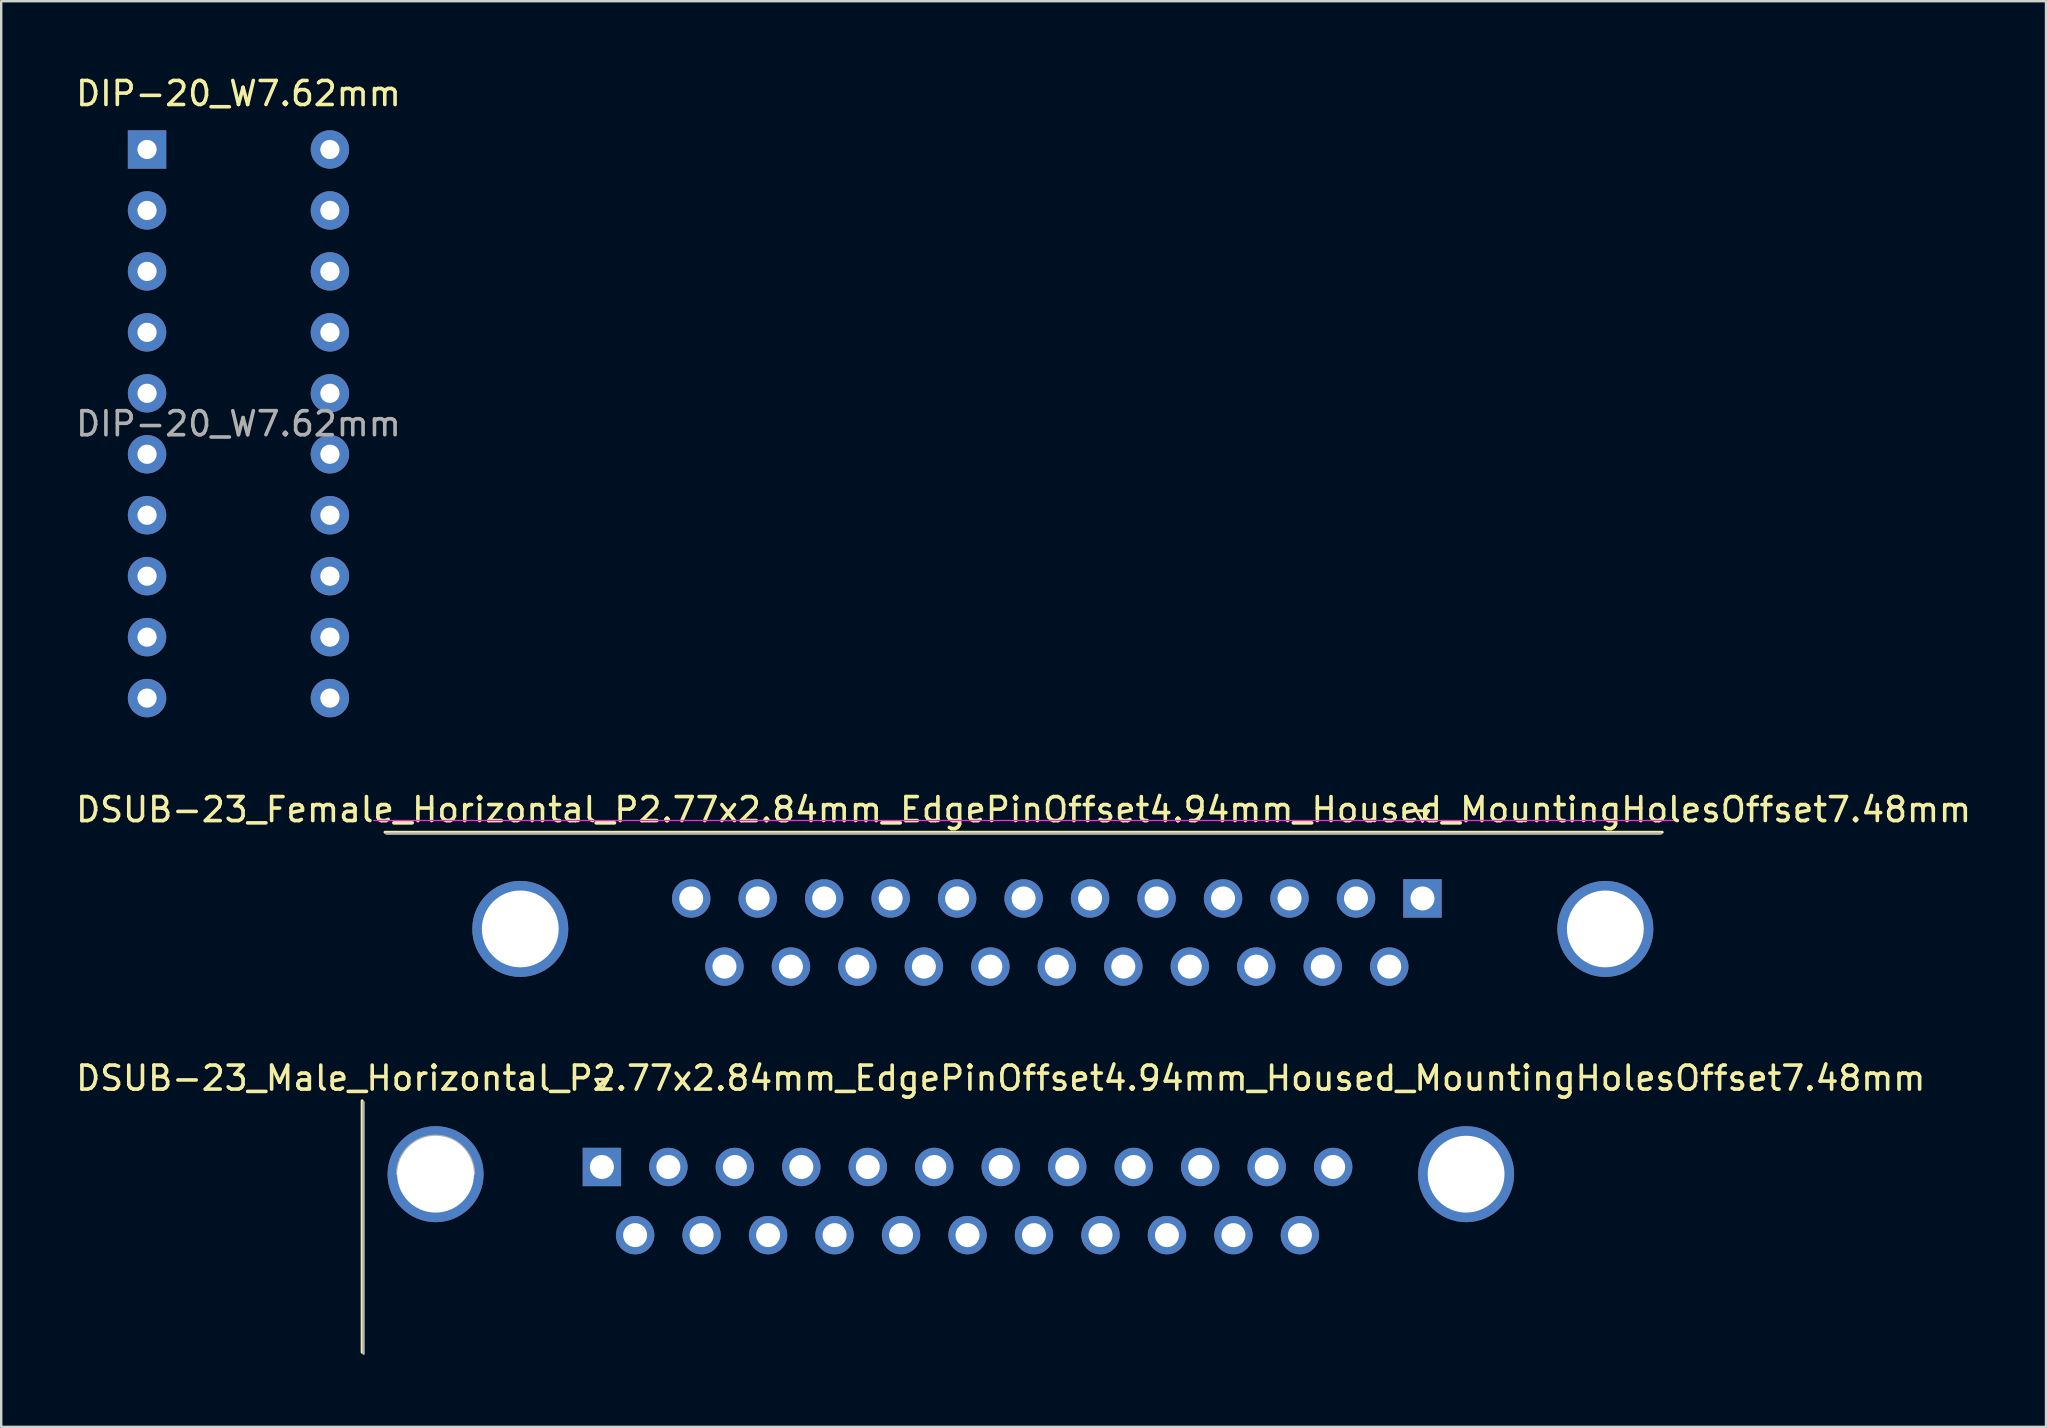
<source format=kicad_pcb>
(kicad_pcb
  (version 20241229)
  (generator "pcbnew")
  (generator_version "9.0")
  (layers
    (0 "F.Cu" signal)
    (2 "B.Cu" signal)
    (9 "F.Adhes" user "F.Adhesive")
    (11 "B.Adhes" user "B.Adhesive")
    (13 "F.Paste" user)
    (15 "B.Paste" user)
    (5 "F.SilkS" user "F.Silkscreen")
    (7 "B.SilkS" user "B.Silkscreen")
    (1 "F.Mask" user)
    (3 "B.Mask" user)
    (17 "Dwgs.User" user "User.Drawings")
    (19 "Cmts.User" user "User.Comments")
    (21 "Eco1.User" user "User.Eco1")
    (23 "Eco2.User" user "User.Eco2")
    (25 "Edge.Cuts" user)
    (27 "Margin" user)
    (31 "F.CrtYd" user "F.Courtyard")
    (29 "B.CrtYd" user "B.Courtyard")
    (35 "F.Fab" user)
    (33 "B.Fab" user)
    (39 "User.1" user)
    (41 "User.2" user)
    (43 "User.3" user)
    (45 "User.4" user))
  (footprint "DSUB-23_Female_Horizontal_P2.77x2.84mm_EdgePinOffset4.94mm_Housed_MountingHolesOffset7.48mm"
    (layer "F.Cu")
    (at 56.221 34.386)
    (property "Reference" "DSUB-23_Female_Horizontal_P2.77x2.84mm_EdgePinOffset4.94mm_Housed_MountingHolesOffset7.48mm" (at -16.62 -3.7 0) (layer "F.SilkS") (effects (font (size 1 1) (thickness 0.15))))
    (attr through_hole)
    (fp_line (start -43.23 -2.76) (end 9.99 -2.76) (stroke (width 0.12) (type solid)) (layer "F.SilkS"))
    (fp_line (start -0.25 -3.654) (end 0.25 -3.654) (stroke (width 0.12) (type solid)) (layer "F.SilkS"))
    (fp_line (start 0 -3.221) (end -0.25 -3.654) (stroke (width 0.12) (type solid)) (layer "F.SilkS"))
    (fp_line (start 0.25 -3.654) (end 0 -3.221) (stroke (width 0.12) (type solid)) (layer "F.SilkS"))
    (fp_line (start 10.45 -3.25) (end -43.7 -3.25) (stroke (width 0.05) (type solid)) (layer "F.CrtYd"))
    (fp_line (start 9.93 -2.7) (end -43.17 -2.7) (stroke (width 0.1) (type solid)) (layer "F.Fab"))
    (pad "0" thru_hole circle (at -37.592 1.27) (size 4 4) (drill 3.2) (layers "*.Cu" "*.Mask"))
    (pad "0" thru_hole circle (at 7.62 1.27) (size 4 4) (drill 3.2) (layers "*.Cu" "*.Mask"))
    (pad "1" thru_hole rect (at 0 0) (size 1.6 1.6) (drill 1) (layers "*.Cu" "*.Mask"))
    (pad "2" thru_hole circle (at -2.77 0) (size 1.6 1.6) (drill 1) (layers "*.Cu" "*.Mask"))
    (pad "3" thru_hole circle (at -5.54 0) (size 1.6 1.6) (drill 1) (layers "*.Cu" "*.Mask"))
    (pad "4" thru_hole circle (at -8.31 0) (size 1.6 1.6) (drill 1) (layers "*.Cu" "*.Mask"))
    (pad "5" thru_hole circle (at -11.08 0) (size 1.6 1.6) (drill 1) (layers "*.Cu" "*.Mask"))
    (pad "6" thru_hole circle (at -13.85 0) (size 1.6 1.6) (drill 1) (layers "*.Cu" "*.Mask"))
    (pad "7" thru_hole circle (at -16.62 0) (size 1.6 1.6) (drill 1) (layers "*.Cu" "*.Mask"))
    (pad "8" thru_hole circle (at -19.39 0) (size 1.6 1.6) (drill 1) (layers "*.Cu" "*.Mask"))
    (pad "9" thru_hole circle (at -22.16 0) (size 1.6 1.6) (drill 1) (layers "*.Cu" "*.Mask"))
    (pad "10" thru_hole circle (at -24.93 0) (size 1.6 1.6) (drill 1) (layers "*.Cu" "*.Mask"))
    (pad "11" thru_hole circle (at -27.7 0) (size 1.6 1.6) (drill 1) (layers "*.Cu" "*.Mask"))
    (pad "12" thru_hole circle (at -30.47 0) (size 1.6 1.6) (drill 1) (layers "*.Cu" "*.Mask"))
    (pad "13" thru_hole circle (at -1.385 2.84) (size 1.6 1.6) (drill 1) (layers "*.Cu" "*.Mask"))
    (pad "14" thru_hole circle (at -4.155 2.84) (size 1.6 1.6) (drill 1) (layers "*.Cu" "*.Mask"))
    (pad "15" thru_hole circle (at -6.925 2.84) (size 1.6 1.6) (drill 1) (layers "*.Cu" "*.Mask"))
    (pad "16" thru_hole circle (at -9.695 2.84) (size 1.6 1.6) (drill 1) (layers "*.Cu" "*.Mask"))
    (pad "17" thru_hole circle (at -12.465 2.84) (size 1.6 1.6) (drill 1) (layers "*.Cu" "*.Mask"))
    (pad "18" thru_hole circle (at -15.235 2.84) (size 1.6 1.6) (drill 1) (layers "*.Cu" "*.Mask"))
    (pad "19" thru_hole circle (at -18.005 2.84) (size 1.6 1.6) (drill 1) (layers "*.Cu" "*.Mask"))
    (pad "20" thru_hole circle (at -20.775 2.84) (size 1.6 1.6) (drill 1) (layers "*.Cu" "*.Mask"))
    (pad "21" thru_hole circle (at -23.545 2.84) (size 1.6 1.6) (drill 1) (layers "*.Cu" "*.Mask"))
    (pad "22" thru_hole circle (at -26.315 2.84) (size 1.6 1.6) (drill 1) (layers "*.Cu" "*.Mask"))
    (pad "23" thru_hole circle (at -29.085 2.84) (size 1.6 1.6) (drill 1) (layers "*.Cu" "*.Mask")))
  (footprint "DSUB-23_Male_Horizontal_P2.77x2.84mm_EdgePinOffset4.94mm_Housed_MountingHolesOffset7.48mm"
    (layer "F.Cu")
    (at 22.029 45.575)
    (property "Reference" "DSUB-23_Male_Horizontal_P2.77x2.84mm_EdgePinOffset4.94mm_Housed_MountingHolesOffset7.48mm" (at 16.62 -3.7 0) (layer "F.SilkS") (effects (font (size 1 1) (thickness 0.15))))
    (attr through_hole)
    (fp_line (start -9.99 7.72) (end -9.99 -2.76) (stroke (width 0.12) (type solid)) (layer "F.SilkS"))
    (fp_line (start -0.25 -3.654) (end 0.25 -3.654) (stroke (width 0.12) (type solid)) (layer "F.SilkS"))
    (fp_line (start 0 -3.221) (end -0.25 -3.654) (stroke (width 0.12) (type solid)) (layer "F.SilkS"))
    (fp_line (start 0.25 -3.654) (end 0 -3.221) (stroke (width 0.12) (type solid)) (layer "F.SilkS"))
    (fp_line (start -9.93 -2.7) (end -9.93 7.78) (stroke (width 0.1) (type solid)) (layer "F.Fab"))
    (fp_arc (start -8.53 0.3) (mid -6.93 -1.3) (end -5.33 0.3) (stroke (width 0.1) (type solid)) (layer "F.Fab"))
    (pad "0" thru_hole circle (at -6.93 0.3) (size 4 4) (drill 3.2) (layers "*.Cu" "*.Mask"))
    (pad "0" thru_hole circle (at 36.01 0.3) (size 4 4) (drill 3.2) (layers "*.Cu" "*.Mask"))
    (pad "1" thru_hole rect (at 0 0) (size 1.6 1.6) (drill 1) (layers "*.Cu" "*.Mask"))
    (pad "2" thru_hole circle (at 2.77 0) (size 1.6 1.6) (drill 1) (layers "*.Cu" "*.Mask"))
    (pad "3" thru_hole circle (at 5.54 0) (size 1.6 1.6) (drill 1) (layers "*.Cu" "*.Mask"))
    (pad "4" thru_hole circle (at 8.31 0) (size 1.6 1.6) (drill 1) (layers "*.Cu" "*.Mask"))
    (pad "5" thru_hole circle (at 11.08 0) (size 1.6 1.6) (drill 1) (layers "*.Cu" "*.Mask"))
    (pad "6" thru_hole circle (at 13.85 0) (size 1.6 1.6) (drill 1) (layers "*.Cu" "*.Mask"))
    (pad "7" thru_hole circle (at 16.62 0) (size 1.6 1.6) (drill 1) (layers "*.Cu" "*.Mask"))
    (pad "8" thru_hole circle (at 19.39 0) (size 1.6 1.6) (drill 1) (layers "*.Cu" "*.Mask"))
    (pad "9" thru_hole circle (at 22.16 0) (size 1.6 1.6) (drill 1) (layers "*.Cu" "*.Mask"))
    (pad "10" thru_hole circle (at 24.93 0) (size 1.6 1.6) (drill 1) (layers "*.Cu" "*.Mask"))
    (pad "11" thru_hole circle (at 27.7 0) (size 1.6 1.6) (drill 1) (layers "*.Cu" "*.Mask"))
    (pad "12" thru_hole circle (at 30.47 0) (size 1.6 1.6) (drill 1) (layers "*.Cu" "*.Mask"))
    (pad "13" thru_hole circle (at 1.385 2.84) (size 1.6 1.6) (drill 1) (layers "*.Cu" "*.Mask"))
    (pad "14" thru_hole circle (at 4.155 2.84) (size 1.6 1.6) (drill 1) (layers "*.Cu" "*.Mask"))
    (pad "15" thru_hole circle (at 6.925 2.84) (size 1.6 1.6) (drill 1) (layers "*.Cu" "*.Mask"))
    (pad "16" thru_hole circle (at 9.695 2.84) (size 1.6 1.6) (drill 1) (layers "*.Cu" "*.Mask"))
    (pad "17" thru_hole circle (at 12.465 2.84) (size 1.6 1.6) (drill 1) (layers "*.Cu" "*.Mask"))
    (pad "18" thru_hole circle (at 15.235 2.84) (size 1.6 1.6) (drill 1) (layers "*.Cu" "*.Mask"))
    (pad "19" thru_hole circle (at 18.005 2.84) (size 1.6 1.6) (drill 1) (layers "*.Cu" "*.Mask"))
    (pad "20" thru_hole circle (at 20.775 2.84) (size 1.6 1.6) (drill 1) (layers "*.Cu" "*.Mask"))
    (pad "21" thru_hole circle (at 23.545 2.84) (size 1.6 1.6) (drill 1) (layers "*.Cu" "*.Mask"))
    (pad "22" thru_hole circle (at 26.315 2.84) (size 1.6 1.6) (drill 1) (layers "*.Cu" "*.Mask"))
    (pad "23" thru_hole circle (at 29.085 2.84) (size 1.6 1.6) (drill 1) (layers "*.Cu" "*.Mask")))
  (footprint "DIP-20_W7.62mm"
    (layer "F.Cu")
    (at 3.077 3.178)
    (property "Reference" "DIP-20_W7.62mm" (at 3.81 -2.33 0) (layer "F.SilkS") (effects (font (size 1 1) (thickness 0.15))))
    (attr through_hole)
    (fp_text user "${REFERENCE}" (at 3.81 11.43 0) (layer "F.Fab") (effects (font (size 1 1) (thickness 0.15))))
    (pad "1" thru_hole rect (at 0 0) (size 1.6 1.6) (drill 0.8) (layers "*.Cu" "*.Mask"))
    (pad "2" thru_hole oval (at 0 2.54) (size 1.6 1.6) (drill 0.8) (layers "*.Cu" "*.Mask"))
    (pad "3" thru_hole oval (at 0 5.08) (size 1.6 1.6) (drill 0.8) (layers "*.Cu" "*.Mask"))
    (pad "4" thru_hole oval (at 0 7.62) (size 1.6 1.6) (drill 0.8) (layers "*.Cu" "*.Mask"))
    (pad "5" thru_hole oval (at 0 10.16) (size 1.6 1.6) (drill 0.8) (layers "*.Cu" "*.Mask"))
    (pad "6" thru_hole oval (at 0 12.7) (size 1.6 1.6) (drill 0.8) (layers "*.Cu" "*.Mask"))
    (pad "7" thru_hole oval (at 0 15.24) (size 1.6 1.6) (drill 0.8) (layers "*.Cu" "*.Mask"))
    (pad "8" thru_hole oval (at 0 17.78) (size 1.6 1.6) (drill 0.8) (layers "*.Cu" "*.Mask"))
    (pad "9" thru_hole oval (at 0 20.32) (size 1.6 1.6) (drill 0.8) (layers "*.Cu" "*.Mask"))
    (pad "10" thru_hole oval (at 0 22.86) (size 1.6 1.6) (drill 0.8) (layers "*.Cu" "*.Mask"))
    (pad "11" thru_hole oval (at 7.62 22.86) (size 1.6 1.6) (drill 0.8) (layers "*.Cu" "*.Mask"))
    (pad "12" thru_hole oval (at 7.62 20.32) (size 1.6 1.6) (drill 0.8) (layers "*.Cu" "*.Mask"))
    (pad "13" thru_hole oval (at 7.62 17.78) (size 1.6 1.6) (drill 0.8) (layers "*.Cu" "*.Mask"))
    (pad "14" thru_hole oval (at 7.62 15.24) (size 1.6 1.6) (drill 0.8) (layers "*.Cu" "*.Mask"))
    (pad "15" thru_hole oval (at 7.62 12.7) (size 1.6 1.6) (drill 0.8) (layers "*.Cu" "*.Mask"))
    (pad "16" thru_hole oval (at 7.62 10.16) (size 1.6 1.6) (drill 0.8) (layers "*.Cu" "*.Mask"))
    (pad "17" thru_hole oval (at 7.62 7.62) (size 1.6 1.6) (drill 0.8) (layers "*.Cu" "*.Mask"))
    (pad "18" thru_hole oval (at 7.62 5.08) (size 1.6 1.6) (drill 0.8) (layers "*.Cu" "*.Mask"))
    (pad "19" thru_hole oval (at 7.62 2.54) (size 1.6 1.6) (drill 0.8) (layers "*.Cu" "*.Mask"))
    (pad "20" thru_hole oval (at 7.62 0) (size 1.6 1.6) (drill 0.8) (layers "*.Cu" "*.Mask")))
  (gr_rect
    (start -3 -3)
    (end 82.202 56.405)
    (stroke (width 0.1) (type default))
    (fill no)
    (layer "Edge.Cuts")))
</source>
